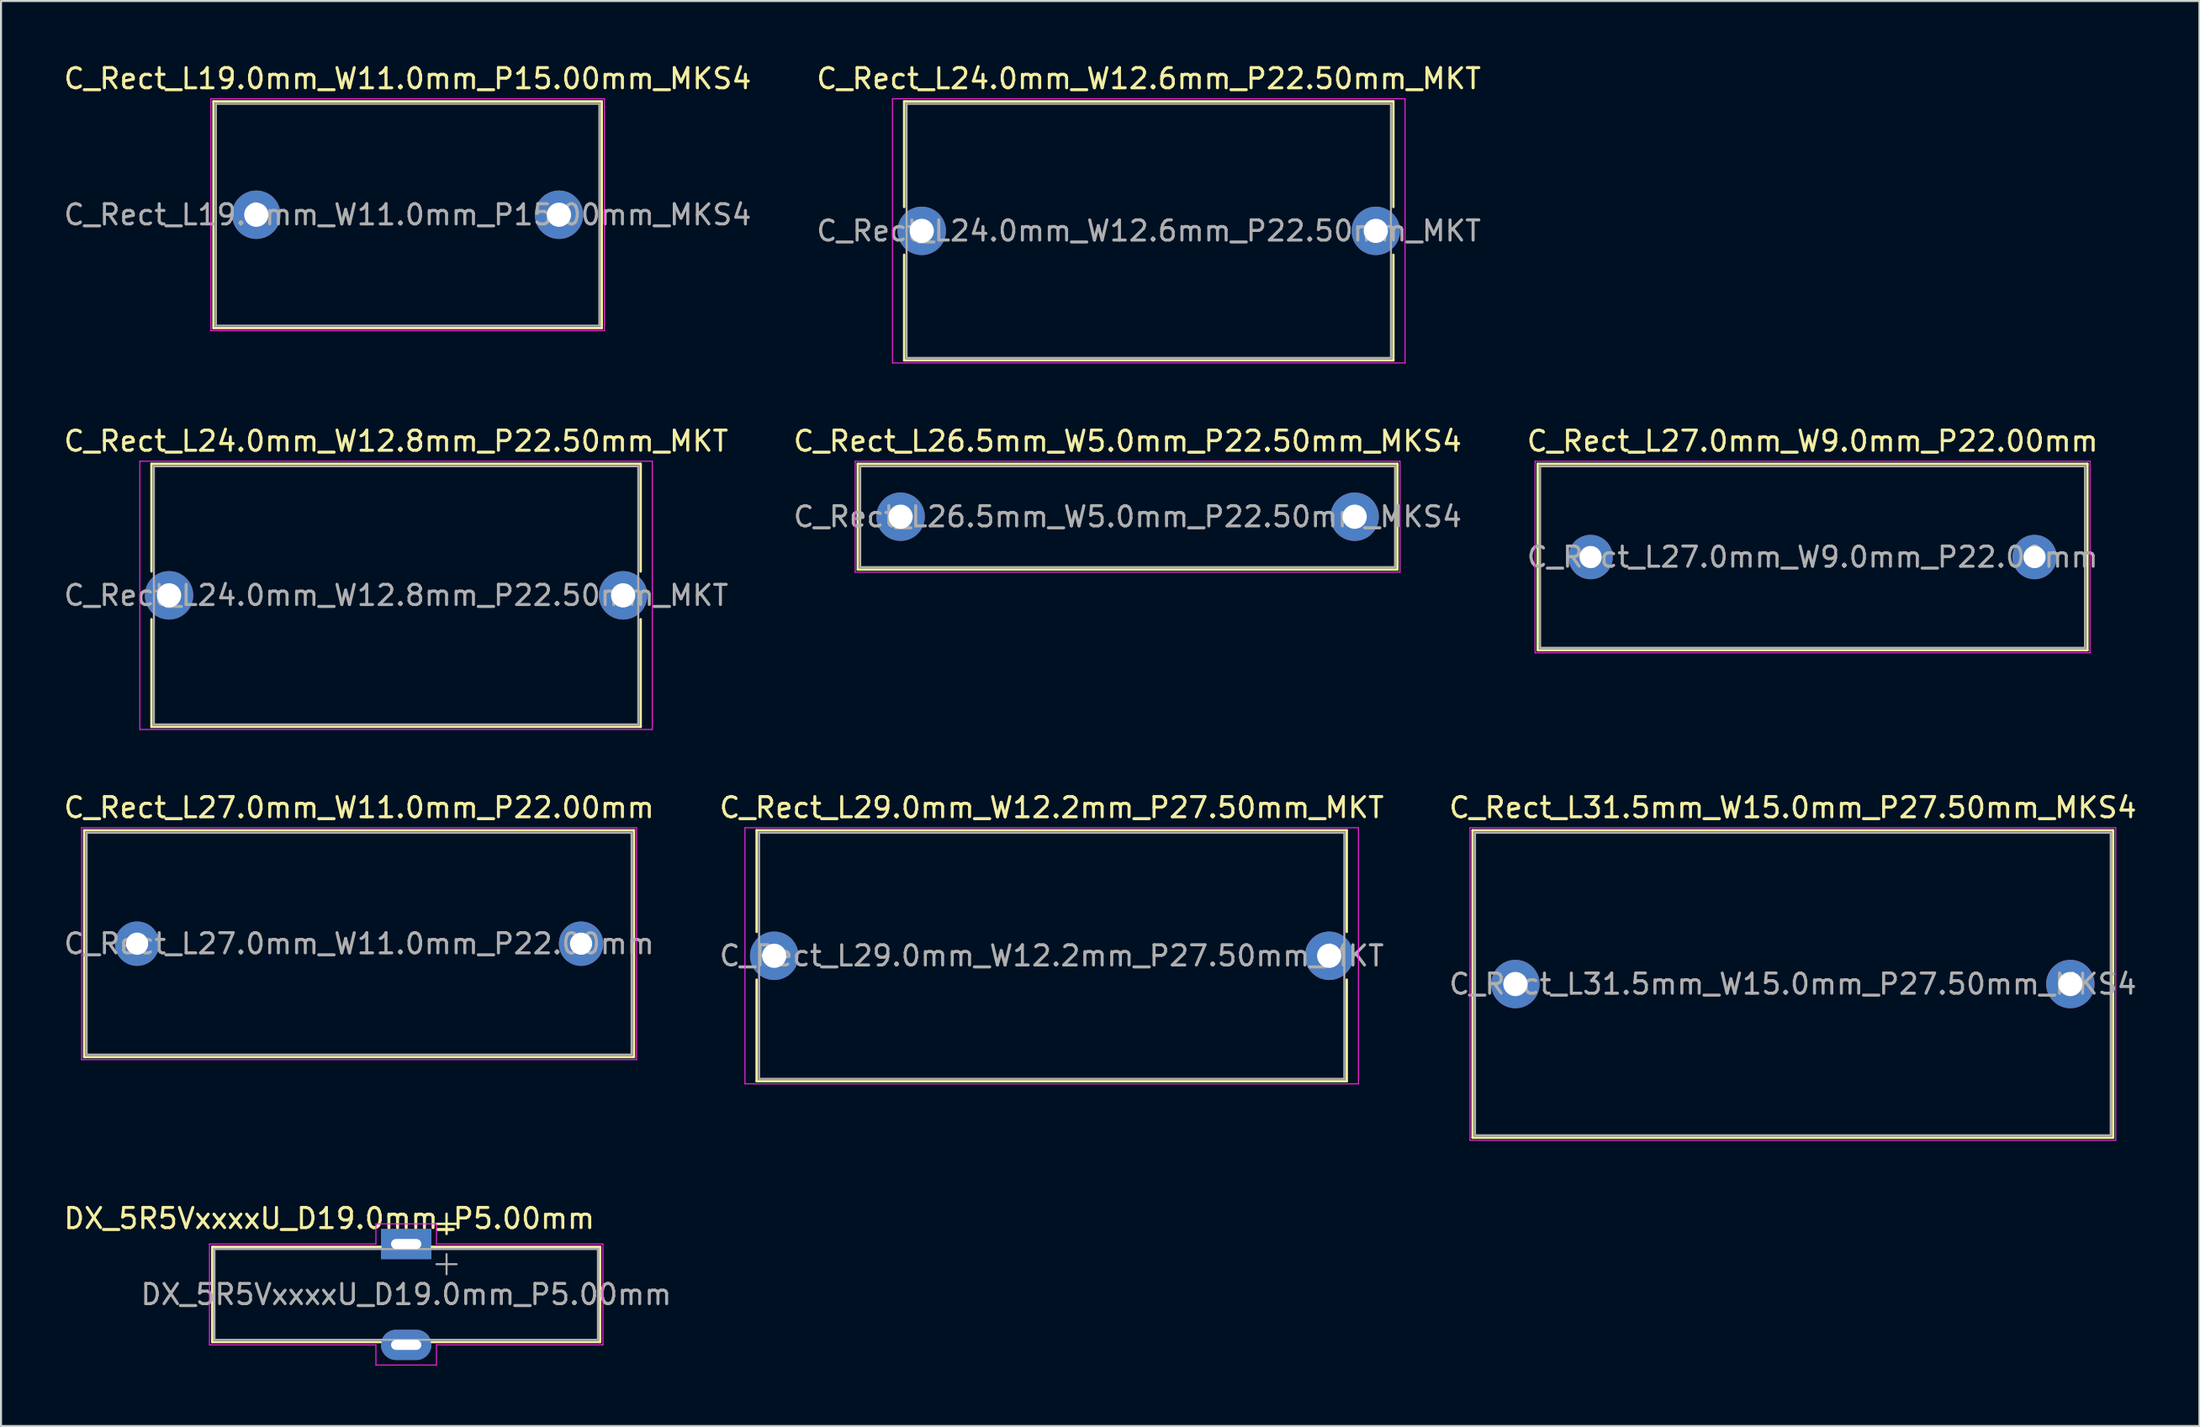
<source format=kicad_pcb>
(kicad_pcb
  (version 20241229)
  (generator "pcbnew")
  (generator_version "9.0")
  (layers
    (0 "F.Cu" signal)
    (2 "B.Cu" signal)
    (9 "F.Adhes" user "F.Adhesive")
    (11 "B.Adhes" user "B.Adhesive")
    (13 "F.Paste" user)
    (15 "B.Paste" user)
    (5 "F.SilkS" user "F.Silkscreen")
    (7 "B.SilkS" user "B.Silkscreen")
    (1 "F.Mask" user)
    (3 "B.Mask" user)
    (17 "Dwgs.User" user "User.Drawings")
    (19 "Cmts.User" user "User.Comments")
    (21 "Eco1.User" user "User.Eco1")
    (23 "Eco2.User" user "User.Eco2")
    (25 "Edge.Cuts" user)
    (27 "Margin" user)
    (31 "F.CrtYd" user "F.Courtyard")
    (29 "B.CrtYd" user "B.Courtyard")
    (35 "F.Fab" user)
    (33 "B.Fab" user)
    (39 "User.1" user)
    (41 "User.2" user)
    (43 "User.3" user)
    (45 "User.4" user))
  (footprint "C_Rect_L24.0mm_W12.6mm_P22.50mm_MKT"
    (layer "F.Cu")
    (at 42.625 8.398)
    (property "Reference" "C_Rect_L24.0mm_W12.6mm_P22.50mm_MKT" (at 11.25 -7.55 0) (layer "F.SilkS") (effects (font (size 1 1) (thickness 0.15))))
    (attr through_hole)
    (fp_line (start -0.87 -6.42) (end -0.87 -1.185) (stroke (width 0.12) (type solid)) (layer "F.SilkS"))
    (fp_line (start -0.87 -6.42) (end 23.37 -6.42) (stroke (width 0.12) (type solid)) (layer "F.SilkS"))
    (fp_line (start -0.87 1.185) (end -0.87 6.42) (stroke (width 0.12) (type solid)) (layer "F.SilkS"))
    (fp_line (start -0.87 6.42) (end 23.37 6.42) (stroke (width 0.12) (type solid)) (layer "F.SilkS"))
    (fp_line (start 23.37 -6.42) (end 23.37 -1.185) (stroke (width 0.12) (type solid)) (layer "F.SilkS"))
    (fp_line (start 23.37 1.185) (end 23.37 6.42) (stroke (width 0.12) (type solid)) (layer "F.SilkS"))
    (fp_line (start -1.45 -6.55) (end -1.45 6.55) (stroke (width 0.05) (type solid)) (layer "F.CrtYd"))
    (fp_line (start -1.45 6.55) (end 23.95 6.55) (stroke (width 0.05) (type solid)) (layer "F.CrtYd"))
    (fp_line (start 23.95 -6.55) (end -1.45 -6.55) (stroke (width 0.05) (type solid)) (layer "F.CrtYd"))
    (fp_line (start 23.95 6.55) (end 23.95 -6.55) (stroke (width 0.05) (type solid)) (layer "F.CrtYd"))
    (fp_line (start -0.75 -6.3) (end -0.75 6.3) (stroke (width 0.1) (type solid)) (layer "F.Fab"))
    (fp_line (start -0.75 6.3) (end 23.25 6.3) (stroke (width 0.1) (type solid)) (layer "F.Fab"))
    (fp_line (start 23.25 -6.3) (end -0.75 -6.3) (stroke (width 0.1) (type solid)) (layer "F.Fab"))
    (fp_line (start 23.25 6.3) (end 23.25 -6.3) (stroke (width 0.1) (type solid)) (layer "F.Fab"))
    (fp_text user "${REFERENCE}" (at 11.25 0 0) (layer "F.Fab") (effects (font (size 1 1) (thickness 0.15))))
    (pad "1" thru_hole circle (at 0 0) (size 2.4 2.4) (drill 1.2) (layers "*.Cu" "*.Mask"))
    (pad "2" thru_hole circle (at 22.5 0) (size 2.4 2.4) (drill 1.2) (layers "*.Cu" "*.Mask")))
  (footprint "C_Rect_L26.5mm_W5.0mm_P22.50mm_MKS4"
    (layer "F.Cu")
    (at 41.577 22.572)
    (property "Reference" "C_Rect_L26.5mm_W5.0mm_P22.50mm_MKS4" (at 11.25 -3.75 0) (layer "F.SilkS") (effects (font (size 1 1) (thickness 0.15))))
    (attr through_hole)
    (fp_line (start -2.12 -2.62) (end -2.12 2.62) (stroke (width 0.12) (type solid)) (layer "F.SilkS"))
    (fp_line (start -2.12 -2.62) (end 24.62 -2.62) (stroke (width 0.12) (type solid)) (layer "F.SilkS"))
    (fp_line (start -2.12 2.62) (end 24.62 2.62) (stroke (width 0.12) (type solid)) (layer "F.SilkS"))
    (fp_line (start 24.62 -2.62) (end 24.62 2.62) (stroke (width 0.12) (type solid)) (layer "F.SilkS"))
    (fp_line (start -2.25 -2.75) (end -2.25 2.75) (stroke (width 0.05) (type solid)) (layer "F.CrtYd"))
    (fp_line (start -2.25 2.75) (end 24.75 2.75) (stroke (width 0.05) (type solid)) (layer "F.CrtYd"))
    (fp_line (start 24.75 -2.75) (end -2.25 -2.75) (stroke (width 0.05) (type solid)) (layer "F.CrtYd"))
    (fp_line (start 24.75 2.75) (end 24.75 -2.75) (stroke (width 0.05) (type solid)) (layer "F.CrtYd"))
    (fp_line (start -2 -2.5) (end -2 2.5) (stroke (width 0.1) (type solid)) (layer "F.Fab"))
    (fp_line (start -2 2.5) (end 24.5 2.5) (stroke (width 0.1) (type solid)) (layer "F.Fab"))
    (fp_line (start 24.5 -2.5) (end -2 -2.5) (stroke (width 0.1) (type solid)) (layer "F.Fab"))
    (fp_line (start 24.5 2.5) (end 24.5 -2.5) (stroke (width 0.1) (type solid)) (layer "F.Fab"))
    (fp_text user "${REFERENCE}" (at 11.25 0 0) (layer "F.Fab") (effects (font (size 1 1) (thickness 0.15))))
    (pad "1" thru_hole circle (at 0 0) (size 2.4 2.4) (drill 1.2) (layers "*.Cu" "*.Mask"))
    (pad "2" thru_hole circle (at 22.5 0) (size 2.4 2.4) (drill 1.2) (layers "*.Cu" "*.Mask")))
  (footprint "DX_5R5VxxxxU_D19.0mm_P5.00mm"
    (layer "F.Cu")
    (at 17.078 58.638)
    (property "Reference" "DX_5R5VxxxxU_D19.0mm_P5.00mm" (at -3.81 -1.27 0) (layer "F.SilkS") (effects (font (size 1 1) (thickness 0.15))))
    (attr through_hole)
    (fp_line (start -9.61 0.14) (end -9.61 4.86) (stroke (width 0.12) (type solid)) (layer "F.SilkS"))
    (fp_line (start -9.61 0.14) (end -1.27 0.14) (stroke (width 0.12) (type solid)) (layer "F.SilkS"))
    (fp_line (start -1.27 4.86) (end -9.61 4.86) (stroke (width 0.12) (type solid)) (layer "F.SilkS"))
    (fp_line (start 1.27 0.14) (end 9.61 0.14) (stroke (width 0.12) (type solid)) (layer "F.SilkS"))
    (fp_line (start 1.5 -1) (end 2.5 -1) (stroke (width 0.12) (type solid)) (layer "F.SilkS"))
    (fp_line (start 2 -1.5) (end 2 -0.5) (stroke (width 0.12) (type solid)) (layer "F.SilkS"))
    (fp_line (start 9.61 0.14) (end 9.61 4.86) (stroke (width 0.12) (type solid)) (layer "F.SilkS"))
    (fp_line (start 9.61 4.86) (end 1.27 4.86) (stroke (width 0.12) (type solid)) (layer "F.SilkS"))
    (fp_line (start -9.75 0) (end -9.75 5) (stroke (width 0.05) (type solid)) (layer "F.CrtYd"))
    (fp_line (start -9.75 5) (end -1.5 5) (stroke (width 0.05) (type solid)) (layer "F.CrtYd"))
    (fp_line (start -1.5 -1) (end -1.5 0) (stroke (width 0.05) (type solid)) (layer "F.CrtYd"))
    (fp_line (start -1.5 0) (end -9.75 0) (stroke (width 0.05) (type solid)) (layer "F.CrtYd"))
    (fp_line (start -1.5 5) (end -1.5 6) (stroke (width 0.05) (type solid)) (layer "F.CrtYd"))
    (fp_line (start -1.5 6) (end 1.5 6) (stroke (width 0.05) (type solid)) (layer "F.CrtYd"))
    (fp_line (start 1.5 -1) (end -1.5 -1) (stroke (width 0.05) (type solid)) (layer "F.CrtYd"))
    (fp_line (start 1.5 0) (end 1.5 -1) (stroke (width 0.05) (type solid)) (layer "F.CrtYd"))
    (fp_line (start 1.5 0) (end 9.75 0) (stroke (width 0.05) (type solid)) (layer "F.CrtYd"))
    (fp_line (start 1.5 5) (end 1.5 6) (stroke (width 0.05) (type solid)) (layer "F.CrtYd"))
    (fp_line (start 9.75 0) (end 9.75 5) (stroke (width 0.05) (type solid)) (layer "F.CrtYd"))
    (fp_line (start 9.75 5) (end 1.5 5) (stroke (width 0.05) (type solid)) (layer "F.CrtYd"))
    (fp_line (start -9.5 0.25) (end -9.5 4.75) (stroke (width 0.1) (type solid)) (layer "F.Fab"))
    (fp_line (start -9.5 0.25) (end 9.5 0.25) (stroke (width 0.1) (type solid)) (layer "F.Fab"))
    (fp_line (start -9.5 4.75) (end 9.5 4.75) (stroke (width 0.1) (type solid)) (layer "F.Fab"))
    (fp_line (start 1.5 1) (end 2.5 1) (stroke (width 0.1) (type solid)) (layer "F.Fab"))
    (fp_line (start 2 0.5) (end 2 1.5) (stroke (width 0.1) (type solid)) (layer "F.Fab"))
    (fp_line (start 9.5 0.25) (end 9.5 4.75) (stroke (width 0.1) (type solid)) (layer "F.Fab"))
    (fp_text user "${REFERENCE}" (at 0 2.5 0) (layer "F.Fab") (effects (font (size 1 1) (thickness 0.15))))
    (pad "1" thru_hole rect (at 0 0) (size 2.5 1.5) (drill oval 1.5 0.5) (layers "*.Cu" "*.Mask"))
    (pad "2" thru_hole oval (at 0 5) (size 2.5 1.5) (drill oval 1.5 0.5) (layers "*.Cu" "*.Mask")))
  (footprint "C_Rect_L31.5mm_W15.0mm_P27.50mm_MKS4"
    (layer "F.Cu")
    (at 72.042 45.745)
    (property "Reference" "C_Rect_L31.5mm_W15.0mm_P27.50mm_MKS4" (at 13.75 -8.75 0) (layer "F.SilkS") (effects (font (size 1 1) (thickness 0.15))))
    (attr through_hole)
    (fp_line (start -2.12 -7.62) (end -2.12 7.62) (stroke (width 0.12) (type solid)) (layer "F.SilkS"))
    (fp_line (start -2.12 -7.62) (end 29.62 -7.62) (stroke (width 0.12) (type solid)) (layer "F.SilkS"))
    (fp_line (start -2.12 7.62) (end 29.62 7.62) (stroke (width 0.12) (type solid)) (layer "F.SilkS"))
    (fp_line (start 29.62 -7.62) (end 29.62 7.62) (stroke (width 0.12) (type solid)) (layer "F.SilkS"))
    (fp_line (start -2.25 -7.75) (end -2.25 7.75) (stroke (width 0.05) (type solid)) (layer "F.CrtYd"))
    (fp_line (start -2.25 7.75) (end 29.75 7.75) (stroke (width 0.05) (type solid)) (layer "F.CrtYd"))
    (fp_line (start 29.75 -7.75) (end -2.25 -7.75) (stroke (width 0.05) (type solid)) (layer "F.CrtYd"))
    (fp_line (start 29.75 7.75) (end 29.75 -7.75) (stroke (width 0.05) (type solid)) (layer "F.CrtYd"))
    (fp_line (start -2 -7.5) (end -2 7.5) (stroke (width 0.1) (type solid)) (layer "F.Fab"))
    (fp_line (start -2 7.5) (end 29.5 7.5) (stroke (width 0.1) (type solid)) (layer "F.Fab"))
    (fp_line (start 29.5 -7.5) (end -2 -7.5) (stroke (width 0.1) (type solid)) (layer "F.Fab"))
    (fp_line (start 29.5 7.5) (end 29.5 -7.5) (stroke (width 0.1) (type solid)) (layer "F.Fab"))
    (fp_text user "${REFERENCE}" (at 13.75 0 0) (layer "F.Fab") (effects (font (size 1 1) (thickness 0.15))))
    (pad "1" thru_hole circle (at 0 0) (size 2.4 2.4) (drill 1.2) (layers "*.Cu" "*.Mask"))
    (pad "2" thru_hole circle (at 27.5 0) (size 2.4 2.4) (drill 1.2) (layers "*.Cu" "*.Mask")))
  (footprint "C_Rect_L29.0mm_W12.2mm_P27.50mm_MKT"
    (layer "F.Cu")
    (at 35.315 44.345)
    (property "Reference" "C_Rect_L29.0mm_W12.2mm_P27.50mm_MKT" (at 13.75 -7.35 0) (layer "F.SilkS") (effects (font (size 1 1) (thickness 0.15))))
    (attr through_hole)
    (fp_line (start -0.87 -6.22) (end -0.87 -1.185) (stroke (width 0.12) (type solid)) (layer "F.SilkS"))
    (fp_line (start -0.87 -6.22) (end 28.37 -6.22) (stroke (width 0.12) (type solid)) (layer "F.SilkS"))
    (fp_line (start -0.87 1.185) (end -0.87 6.22) (stroke (width 0.12) (type solid)) (layer "F.SilkS"))
    (fp_line (start -0.87 6.22) (end 28.37 6.22) (stroke (width 0.12) (type solid)) (layer "F.SilkS"))
    (fp_line (start 28.37 -6.22) (end 28.37 -1.185) (stroke (width 0.12) (type solid)) (layer "F.SilkS"))
    (fp_line (start 28.37 1.185) (end 28.37 6.22) (stroke (width 0.12) (type solid)) (layer "F.SilkS"))
    (fp_line (start -1.45 -6.35) (end -1.45 6.35) (stroke (width 0.05) (type solid)) (layer "F.CrtYd"))
    (fp_line (start -1.45 6.35) (end 28.95 6.35) (stroke (width 0.05) (type solid)) (layer "F.CrtYd"))
    (fp_line (start 28.95 -6.35) (end -1.45 -6.35) (stroke (width 0.05) (type solid)) (layer "F.CrtYd"))
    (fp_line (start 28.95 6.35) (end 28.95 -6.35) (stroke (width 0.05) (type solid)) (layer "F.CrtYd"))
    (fp_line (start -0.75 -6.1) (end -0.75 6.1) (stroke (width 0.1) (type solid)) (layer "F.Fab"))
    (fp_line (start -0.75 6.1) (end 28.25 6.1) (stroke (width 0.1) (type solid)) (layer "F.Fab"))
    (fp_line (start 28.25 -6.1) (end -0.75 -6.1) (stroke (width 0.1) (type solid)) (layer "F.Fab"))
    (fp_line (start 28.25 6.1) (end 28.25 -6.1) (stroke (width 0.1) (type solid)) (layer "F.Fab"))
    (fp_text user "${REFERENCE}" (at 13.75 0 0) (layer "F.Fab") (effects (font (size 1 1) (thickness 0.15))))
    (pad "1" thru_hole circle (at 0 0) (size 2.4 2.4) (drill 1.2) (layers "*.Cu" "*.Mask"))
    (pad "2" thru_hole circle (at 27.5 0) (size 2.4 2.4) (drill 1.2) (layers "*.Cu" "*.Mask")))
  (footprint "C_Rect_L27.0mm_W11.0mm_P22.00mm"
    (layer "F.Cu")
    (at 3.744 43.745)
    (property "Reference" "C_Rect_L27.0mm_W11.0mm_P22.00mm" (at 11 -6.75 0) (layer "F.SilkS") (effects (font (size 1 1) (thickness 0.15))))
    (attr through_hole)
    (fp_line (start -2.62 -5.62) (end -2.62 5.62) (stroke (width 0.12) (type solid)) (layer "F.SilkS"))
    (fp_line (start -2.62 -5.62) (end 24.62 -5.62) (stroke (width 0.12) (type solid)) (layer "F.SilkS"))
    (fp_line (start -2.62 5.62) (end 24.62 5.62) (stroke (width 0.12) (type solid)) (layer "F.SilkS"))
    (fp_line (start 24.62 -5.62) (end 24.62 5.62) (stroke (width 0.12) (type solid)) (layer "F.SilkS"))
    (fp_line (start -2.75 -5.75) (end -2.75 5.75) (stroke (width 0.05) (type solid)) (layer "F.CrtYd"))
    (fp_line (start -2.75 5.75) (end 24.75 5.75) (stroke (width 0.05) (type solid)) (layer "F.CrtYd"))
    (fp_line (start 24.75 -5.75) (end -2.75 -5.75) (stroke (width 0.05) (type solid)) (layer "F.CrtYd"))
    (fp_line (start 24.75 5.75) (end 24.75 -5.75) (stroke (width 0.05) (type solid)) (layer "F.CrtYd"))
    (fp_line (start -2.5 -5.5) (end -2.5 5.5) (stroke (width 0.1) (type solid)) (layer "F.Fab"))
    (fp_line (start -2.5 5.5) (end 24.5 5.5) (stroke (width 0.1) (type solid)) (layer "F.Fab"))
    (fp_line (start 24.5 -5.5) (end -2.5 -5.5) (stroke (width 0.1) (type solid)) (layer "F.Fab"))
    (fp_line (start 24.5 5.5) (end 24.5 -5.5) (stroke (width 0.1) (type solid)) (layer "F.Fab"))
    (fp_text user "${REFERENCE}" (at 11 0 0) (layer "F.Fab") (effects (font (size 1 1) (thickness 0.15))))
    (pad "1" thru_hole circle (at 0 0) (size 2.2 2.2) (drill 1.1) (layers "*.Cu" "*.Mask"))
    (pad "2" thru_hole circle (at 22 0) (size 2.2 2.2) (drill 1.1) (layers "*.Cu" "*.Mask")))
  (footprint "C_Rect_L19.0mm_W11.0mm_P15.00mm_MKS4"
    (layer "F.Cu")
    (at 9.649 7.598)
    (property "Reference" "C_Rect_L19.0mm_W11.0mm_P15.00mm_MKS4" (at 7.5 -6.75 0) (layer "F.SilkS") (effects (font (size 1 1) (thickness 0.15))))
    (attr through_hole)
    (fp_line (start -2.12 -5.62) (end -2.12 5.62) (stroke (width 0.12) (type solid)) (layer "F.SilkS"))
    (fp_line (start -2.12 -5.62) (end 17.12 -5.62) (stroke (width 0.12) (type solid)) (layer "F.SilkS"))
    (fp_line (start -2.12 5.62) (end 17.12 5.62) (stroke (width 0.12) (type solid)) (layer "F.SilkS"))
    (fp_line (start 17.12 -5.62) (end 17.12 5.62) (stroke (width 0.12) (type solid)) (layer "F.SilkS"))
    (fp_line (start -2.25 -5.75) (end -2.25 5.75) (stroke (width 0.05) (type solid)) (layer "F.CrtYd"))
    (fp_line (start -2.25 5.75) (end 17.25 5.75) (stroke (width 0.05) (type solid)) (layer "F.CrtYd"))
    (fp_line (start 17.25 -5.75) (end -2.25 -5.75) (stroke (width 0.05) (type solid)) (layer "F.CrtYd"))
    (fp_line (start 17.25 5.75) (end 17.25 -5.75) (stroke (width 0.05) (type solid)) (layer "F.CrtYd"))
    (fp_line (start -2 -5.5) (end -2 5.5) (stroke (width 0.1) (type solid)) (layer "F.Fab"))
    (fp_line (start -2 5.5) (end 17 5.5) (stroke (width 0.1) (type solid)) (layer "F.Fab"))
    (fp_line (start 17 -5.5) (end -2 -5.5) (stroke (width 0.1) (type solid)) (layer "F.Fab"))
    (fp_line (start 17 5.5) (end 17 -5.5) (stroke (width 0.1) (type solid)) (layer "F.Fab"))
    (fp_text user "${REFERENCE}" (at 7.5 0 0) (layer "F.Fab") (effects (font (size 1 1) (thickness 0.15))))
    (pad "1" thru_hole circle (at 0 0) (size 2.4 2.4) (drill 1.2) (layers "*.Cu" "*.Mask"))
    (pad "2" thru_hole circle (at 15 0) (size 2.4 2.4) (drill 1.2) (layers "*.Cu" "*.Mask")))
  (footprint "C_Rect_L27.0mm_W9.0mm_P22.00mm"
    (layer "F.Cu")
    (at 75.768 24.572)
    (property "Reference" "C_Rect_L27.0mm_W9.0mm_P22.00mm" (at 11 -5.75 0) (layer "F.SilkS") (effects (font (size 1 1) (thickness 0.15))))
    (attr through_hole)
    (fp_line (start -2.62 -4.62) (end -2.62 4.62) (stroke (width 0.12) (type solid)) (layer "F.SilkS"))
    (fp_line (start -2.62 -4.62) (end 24.62 -4.62) (stroke (width 0.12) (type solid)) (layer "F.SilkS"))
    (fp_line (start -2.62 4.62) (end 24.62 4.62) (stroke (width 0.12) (type solid)) (layer "F.SilkS"))
    (fp_line (start 24.62 -4.62) (end 24.62 4.62) (stroke (width 0.12) (type solid)) (layer "F.SilkS"))
    (fp_line (start -2.75 -4.75) (end -2.75 4.75) (stroke (width 0.05) (type solid)) (layer "F.CrtYd"))
    (fp_line (start -2.75 4.75) (end 24.75 4.75) (stroke (width 0.05) (type solid)) (layer "F.CrtYd"))
    (fp_line (start 24.75 -4.75) (end -2.75 -4.75) (stroke (width 0.05) (type solid)) (layer "F.CrtYd"))
    (fp_line (start 24.75 4.75) (end 24.75 -4.75) (stroke (width 0.05) (type solid)) (layer "F.CrtYd"))
    (fp_line (start -2.5 -4.5) (end -2.5 4.5) (stroke (width 0.1) (type solid)) (layer "F.Fab"))
    (fp_line (start -2.5 4.5) (end 24.5 4.5) (stroke (width 0.1) (type solid)) (layer "F.Fab"))
    (fp_line (start 24.5 -4.5) (end -2.5 -4.5) (stroke (width 0.1) (type solid)) (layer "F.Fab"))
    (fp_line (start 24.5 4.5) (end 24.5 -4.5) (stroke (width 0.1) (type solid)) (layer "F.Fab"))
    (fp_text user "${REFERENCE}" (at 11 0 0) (layer "F.Fab") (effects (font (size 1 1) (thickness 0.15))))
    (pad "1" thru_hole circle (at 0 0) (size 2.2 2.2) (drill 1.1) (layers "*.Cu" "*.Mask"))
    (pad "2" thru_hole circle (at 22 0) (size 2.2 2.2) (drill 1.1) (layers "*.Cu" "*.Mask")))
  (footprint "C_Rect_L24.0mm_W12.8mm_P22.50mm_MKT"
    (layer "F.Cu")
    (at 5.327 26.471)
    (property "Reference" "C_Rect_L24.0mm_W12.8mm_P22.50mm_MKT" (at 11.25 -7.65 0) (layer "F.SilkS") (effects (font (size 1 1) (thickness 0.15))))
    (attr through_hole)
    (fp_line (start -0.87 -6.52) (end -0.87 -1.185) (stroke (width 0.12) (type solid)) (layer "F.SilkS"))
    (fp_line (start -0.87 -6.52) (end 23.37 -6.52) (stroke (width 0.12) (type solid)) (layer "F.SilkS"))
    (fp_line (start -0.87 1.185) (end -0.87 6.52) (stroke (width 0.12) (type solid)) (layer "F.SilkS"))
    (fp_line (start -0.87 6.52) (end 23.37 6.52) (stroke (width 0.12) (type solid)) (layer "F.SilkS"))
    (fp_line (start 23.37 -6.52) (end 23.37 -1.185) (stroke (width 0.12) (type solid)) (layer "F.SilkS"))
    (fp_line (start 23.37 1.185) (end 23.37 6.52) (stroke (width 0.12) (type solid)) (layer "F.SilkS"))
    (fp_line (start -1.45 -6.65) (end -1.45 6.65) (stroke (width 0.05) (type solid)) (layer "F.CrtYd"))
    (fp_line (start -1.45 6.65) (end 23.95 6.65) (stroke (width 0.05) (type solid)) (layer "F.CrtYd"))
    (fp_line (start 23.95 -6.65) (end -1.45 -6.65) (stroke (width 0.05) (type solid)) (layer "F.CrtYd"))
    (fp_line (start 23.95 6.65) (end 23.95 -6.65) (stroke (width 0.05) (type solid)) (layer "F.CrtYd"))
    (fp_line (start -0.75 -6.4) (end -0.75 6.4) (stroke (width 0.1) (type solid)) (layer "F.Fab"))
    (fp_line (start -0.75 6.4) (end 23.25 6.4) (stroke (width 0.1) (type solid)) (layer "F.Fab"))
    (fp_line (start 23.25 -6.4) (end -0.75 -6.4) (stroke (width 0.1) (type solid)) (layer "F.Fab"))
    (fp_line (start 23.25 6.4) (end 23.25 -6.4) (stroke (width 0.1) (type solid)) (layer "F.Fab"))
    (fp_text user "${REFERENCE}" (at 11.25 0 0) (layer "F.Fab") (effects (font (size 1 1) (thickness 0.15))))
    (pad "1" thru_hole circle (at 0 0) (size 2.4 2.4) (drill 1.2) (layers "*.Cu" "*.Mask"))
    (pad "2" thru_hole circle (at 22.5 0) (size 2.4 2.4) (drill 1.2) (layers "*.Cu" "*.Mask")))
  (gr_rect
    (start -3 -3)
    (end 105.94 67.663)
    (stroke (width 0.1) (type default))
    (fill no)
    (layer "Edge.Cuts")))
</source>
